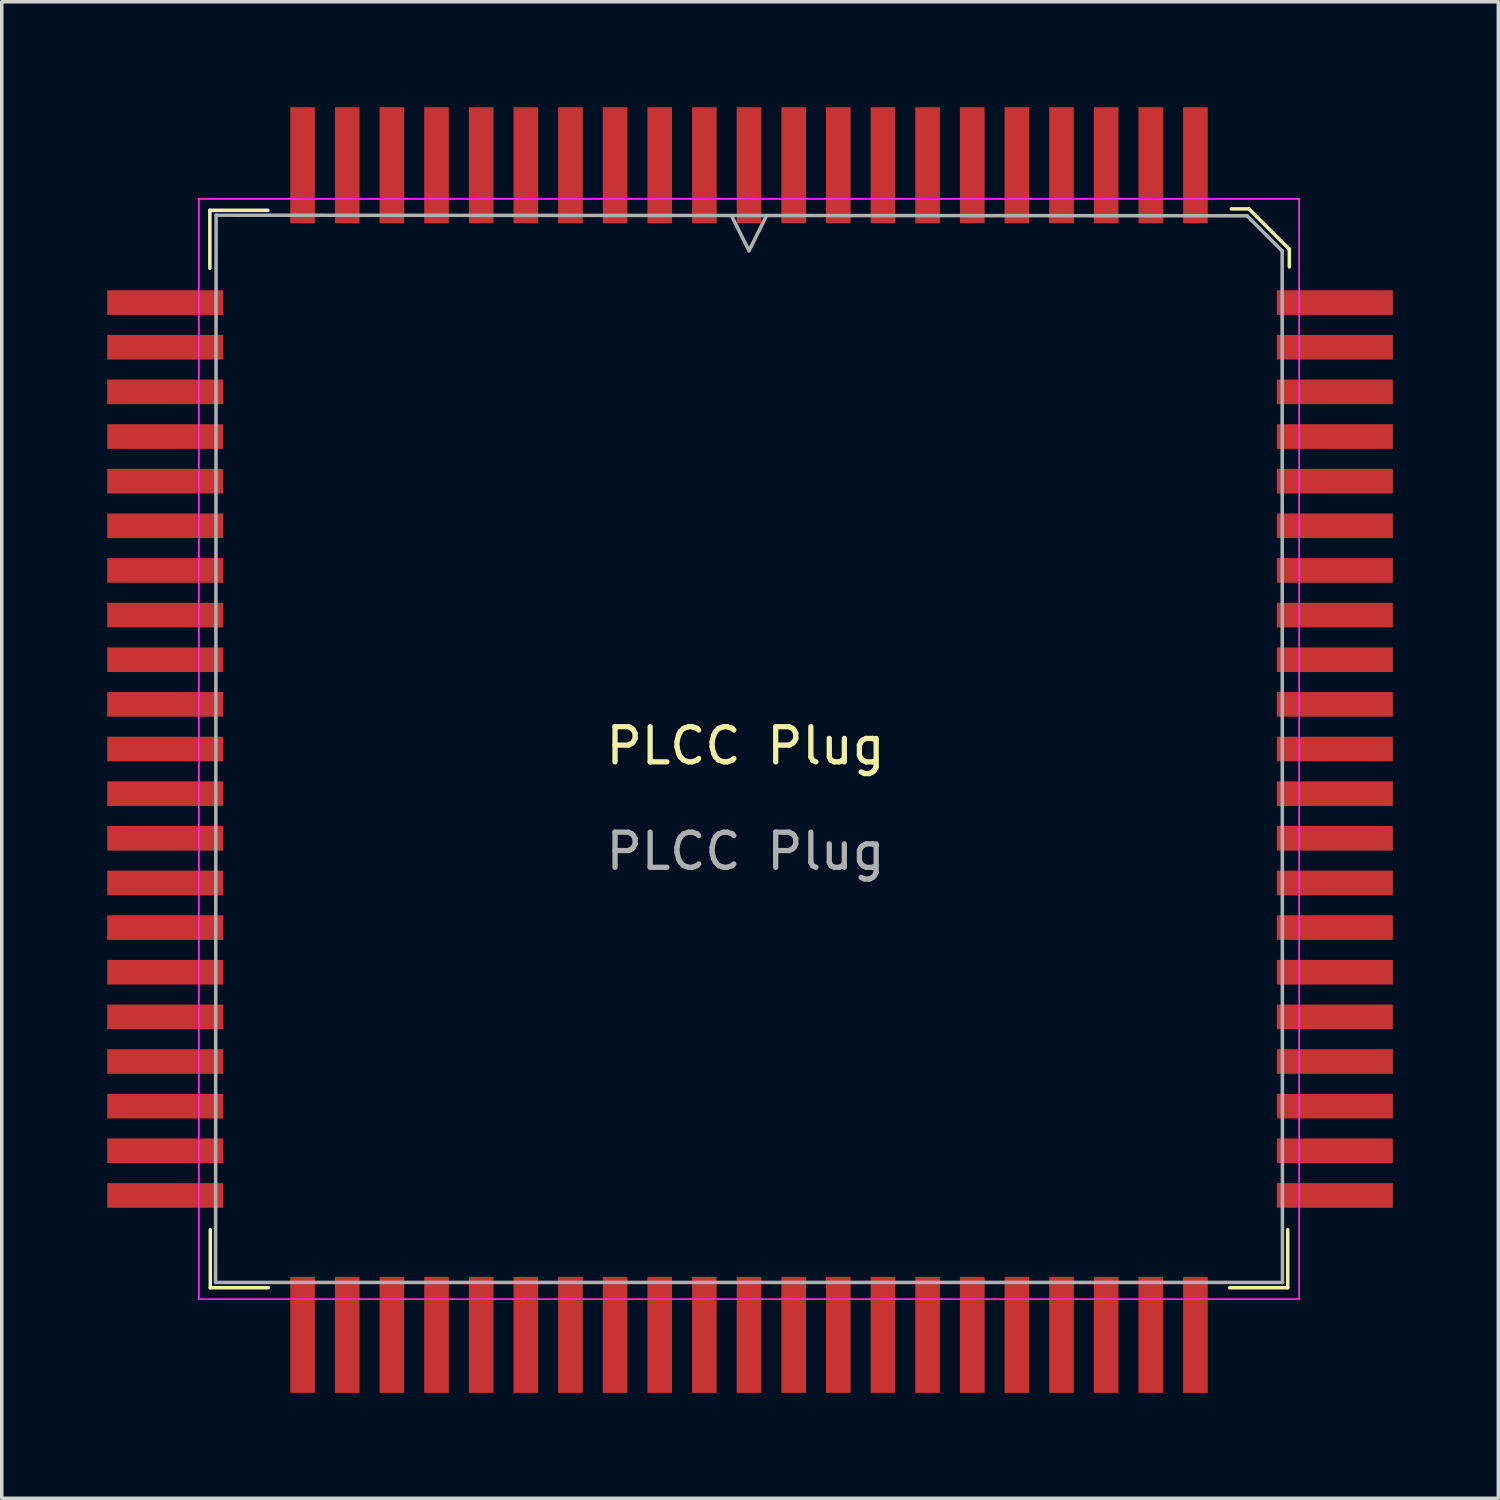
<source format=kicad_pcb>
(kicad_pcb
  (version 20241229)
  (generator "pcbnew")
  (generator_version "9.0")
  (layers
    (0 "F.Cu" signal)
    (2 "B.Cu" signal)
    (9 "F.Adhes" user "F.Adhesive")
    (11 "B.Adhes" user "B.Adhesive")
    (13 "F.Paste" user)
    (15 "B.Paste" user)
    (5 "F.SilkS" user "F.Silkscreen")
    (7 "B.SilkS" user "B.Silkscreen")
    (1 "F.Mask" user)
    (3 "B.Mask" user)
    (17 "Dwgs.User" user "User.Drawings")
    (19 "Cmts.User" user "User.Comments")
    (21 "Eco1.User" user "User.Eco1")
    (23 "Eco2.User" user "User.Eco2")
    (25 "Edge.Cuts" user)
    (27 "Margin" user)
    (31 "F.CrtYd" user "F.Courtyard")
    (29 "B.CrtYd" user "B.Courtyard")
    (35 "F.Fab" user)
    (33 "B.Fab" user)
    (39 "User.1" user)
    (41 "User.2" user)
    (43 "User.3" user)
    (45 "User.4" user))
  (footprint "PLCC Plug"
    (layer "F.Cu")
    (at 18.16 18.668)
    (property "Reference" "PLCC Plug" (at 0 -0.5 0) (unlocked yes) (layer "F.SilkS") (effects (font (size 1 1) (thickness 0.15))))
    (fp_line (start -15.24 -15.735) (end -13.59 -15.735) (stroke (width 0.1) (type solid)) (layer "F.SilkS"))
    (fp_line (start -15.24 -14.085) (end -15.24 -15.735) (stroke (width 0.1) (type solid)) (layer "F.SilkS"))
    (fp_line (start -15.227 14.915) (end -15.227 13.265) (stroke (width 0.1) (type solid)) (layer "F.SilkS"))
    (fp_line (start -13.577 14.915) (end -15.227 14.915) (stroke (width 0.1) (type solid)) (layer "F.SilkS"))
    (fp_line (start 13.773 14.915) (end 15.423 14.915) (stroke (width 0.1) (type solid)) (layer "F.SilkS"))
    (fp_line (start 14.319 -15.776) (end 13.819 -15.776) (stroke (width 0.1) (type solid)) (layer "F.SilkS"))
    (fp_line (start 15.423 14.915) (end 15.423 13.265) (stroke (width 0.1) (type solid)) (layer "F.SilkS"))
    (fp_line (start 15.469 -14.626) (end 14.319 -15.776) (stroke (width 0.1) (type solid)) (layer "F.SilkS"))
    (fp_line (start 15.469 -14.126) (end 15.469 -14.626) (stroke (width 0.1) (type solid)) (layer "F.SilkS"))
    (fp_line (start -15.552 -16.06) (end -15.552 15.24) (stroke (width 0.05) (type solid)) (layer "F.CrtYd"))
    (fp_line (start -15.552 15.24) (end 15.748 15.24) (stroke (width 0.05) (type solid)) (layer "F.CrtYd"))
    (fp_line (start 15.748 -16.06) (end -15.552 -16.06) (stroke (width 0.05) (type solid)) (layer "F.CrtYd"))
    (fp_line (start 15.748 15.24) (end 15.748 -16.06) (stroke (width 0.05) (type solid)) (layer "F.CrtYd"))
    (fp_line (start -15.077 14.765) (end 15.273 14.765) (stroke (width 0.1) (type solid)) (layer "F.Fab"))
    (fp_line (start -15.062 -15.596) (end -15.077 14.765) (stroke (width 0.1) (type solid)) (layer "F.Fab"))
    (fp_line (start -0.402 -15.585) (end 0.098 -14.585) (stroke (width 0.1) (type solid)) (layer "F.Fab"))
    (fp_line (start 0.098 -14.585) (end 0.598 -15.585) (stroke (width 0.1) (type solid)) (layer "F.Fab"))
    (fp_line (start 14.265 -15.58) (end -15.062 -15.596) (stroke (width 0.1) (type solid)) (layer "F.Fab"))
    (fp_line (start 15.265 -14.58) (end 14.265 -15.58) (stroke (width 0.1) (type solid)) (layer "F.Fab"))
    (fp_line (start 15.273 14.765) (end 15.265 -14.58) (stroke (width 0.1) (type solid)) (layer "F.Fab"))
    (fp_text user "${REFERENCE}" (at 0 2.5 0) (unlocked yes) (layer "F.Fab") (effects (font (size 1 1) (thickness 0.15))))
    (pad "1" smd rect (at 0.098 -17.018) (size 0.7 3.3) (layers "F.Cu" "F.Mask" "F.Paste"))
    (pad "2" smd rect (at 1.368 -17.018) (size 0.7 3.3) (layers "F.Cu" "F.Mask" "F.Paste"))
    (pad "3" smd rect (at 2.638 -17.018) (size 0.7 3.3) (layers "F.Cu" "F.Mask" "F.Paste"))
    (pad "4" smd rect (at 3.908 -17.018) (size 0.7 3.3) (layers "F.Cu" "F.Mask" "F.Paste"))
    (pad "5" smd rect (at 5.178 -17.018) (size 0.7 3.3) (layers "F.Cu" "F.Mask" "F.Paste"))
    (pad "6" smd rect (at 6.448 -17.018) (size 0.7 3.3) (layers "F.Cu" "F.Mask" "F.Paste"))
    (pad "7" smd rect (at 7.718 -17.018) (size 0.7 3.3) (layers "F.Cu" "F.Mask" "F.Paste"))
    (pad "8" smd rect (at 8.988 -17.018) (size 0.7 3.3) (layers "F.Cu" "F.Mask" "F.Paste"))
    (pad "9" smd rect (at 10.258 -17.018) (size 0.7 3.3) (layers "F.Cu" "F.Mask" "F.Paste"))
    (pad "10" smd rect (at 11.528 -17.018) (size 0.7 3.3) (layers "F.Cu" "F.Mask" "F.Paste"))
    (pad "11" smd rect (at 12.798 -17.018) (size 0.7 3.3) (layers "F.Cu" "F.Mask" "F.Paste"))
    (pad "12" smd rect (at 16.764 -13.11) (size 3.3 0.7) (layers "F.Cu" "F.Mask" "F.Paste"))
    (pad "13" smd rect (at 16.764 -11.84) (size 3.3 0.7) (layers "F.Cu" "F.Mask" "F.Paste"))
    (pad "14" smd rect (at 16.764 -10.57) (size 3.3 0.7) (layers "F.Cu" "F.Mask" "F.Paste"))
    (pad "15" smd rect (at 16.764 -9.3) (size 3.3 0.7) (layers "F.Cu" "F.Mask" "F.Paste"))
    (pad "16" smd rect (at 16.764 -8.03) (size 3.3 0.7) (layers "F.Cu" "F.Mask" "F.Paste"))
    (pad "17" smd rect (at 16.764 -6.76) (size 3.3 0.7) (layers "F.Cu" "F.Mask" "F.Paste"))
    (pad "18" smd rect (at 16.764 -5.49) (size 3.3 0.7) (layers "F.Cu" "F.Mask" "F.Paste"))
    (pad "19" smd rect (at 16.764 -4.22) (size 3.3 0.7) (layers "F.Cu" "F.Mask" "F.Paste"))
    (pad "20" smd rect (at 16.764 -2.95) (size 3.3 0.7) (layers "F.Cu" "F.Mask" "F.Paste"))
    (pad "21" smd rect (at 16.764 -1.68) (size 3.3 0.7) (layers "F.Cu" "F.Mask" "F.Paste"))
    (pad "22" smd rect (at 16.764 -0.41) (size 3.3 0.7) (layers "F.Cu" "F.Mask" "F.Paste"))
    (pad "23" smd rect (at 16.764 0.86) (size 3.3 0.7) (layers "F.Cu" "F.Mask" "F.Paste"))
    (pad "24" smd rect (at 16.764 2.13) (size 3.3 0.7) (layers "F.Cu" "F.Mask" "F.Paste"))
    (pad "25" smd rect (at 16.764 3.4) (size 3.3 0.7) (layers "F.Cu" "F.Mask" "F.Paste"))
    (pad "26" smd rect (at 16.764 4.67) (size 3.3 0.7) (layers "F.Cu" "F.Mask" "F.Paste"))
    (pad "27" smd rect (at 16.764 5.94) (size 3.3 0.7) (layers "F.Cu" "F.Mask" "F.Paste"))
    (pad "28" smd rect (at 16.764 7.21) (size 3.3 0.7) (layers "F.Cu" "F.Mask" "F.Paste"))
    (pad "29" smd rect (at 16.764 8.48) (size 3.3 0.7) (layers "F.Cu" "F.Mask" "F.Paste"))
    (pad "30" smd rect (at 16.764 9.75) (size 3.3 0.7) (layers "F.Cu" "F.Mask" "F.Paste"))
    (pad "31" smd rect (at 16.764 11.02) (size 3.3 0.7) (layers "F.Cu" "F.Mask" "F.Paste"))
    (pad "32" smd rect (at 16.764 12.29) (size 3.3 0.7) (layers "F.Cu" "F.Mask" "F.Paste"))
    (pad "33" smd rect (at 12.798 16.256) (size 0.7 3.3) (layers "F.Cu" "F.Mask" "F.Paste"))
    (pad "34" smd rect (at 11.528 16.256) (size 0.7 3.3) (layers "F.Cu" "F.Mask" "F.Paste"))
    (pad "35" smd rect (at 10.258 16.256) (size 0.7 3.3) (layers "F.Cu" "F.Mask" "F.Paste"))
    (pad "36" smd rect (at 8.988 16.256) (size 0.7 3.3) (layers "F.Cu" "F.Mask" "F.Paste"))
    (pad "37" smd rect (at 7.718 16.256) (size 0.7 3.3) (layers "F.Cu" "F.Mask" "F.Paste"))
    (pad "38" smd rect (at 6.448 16.256) (size 0.7 3.3) (layers "F.Cu" "F.Mask" "F.Paste"))
    (pad "39" smd rect (at 5.178 16.256) (size 0.7 3.3) (layers "F.Cu" "F.Mask" "F.Paste"))
    (pad "40" smd rect (at 3.908 16.256) (size 0.7 3.3) (layers "F.Cu" "F.Mask" "F.Paste"))
    (pad "41" smd rect (at 2.638 16.256) (size 0.7 3.3) (layers "F.Cu" "F.Mask" "F.Paste"))
    (pad "42" smd rect (at 1.368 16.256) (size 0.7 3.3) (layers "F.Cu" "F.Mask" "F.Paste"))
    (pad "43" smd rect (at 0.098 16.256) (size 0.7 3.3) (layers "F.Cu" "F.Mask" "F.Paste"))
    (pad "44" smd rect (at -1.172 16.256) (size 0.7 3.3) (layers "F.Cu" "F.Mask" "F.Paste"))
    (pad "45" smd rect (at -2.442 16.256) (size 0.7 3.3) (layers "F.Cu" "F.Mask" "F.Paste"))
    (pad "46" smd rect (at -3.712 16.256) (size 0.7 3.3) (layers "F.Cu" "F.Mask" "F.Paste"))
    (pad "47" smd rect (at -4.982 16.256) (size 0.7 3.3) (layers "F.Cu" "F.Mask" "F.Paste"))
    (pad "48" smd rect (at -6.252 16.256) (size 0.7 3.3) (layers "F.Cu" "F.Mask" "F.Paste"))
    (pad "49" smd rect (at -7.522 16.256) (size 0.7 3.3) (layers "F.Cu" "F.Mask" "F.Paste"))
    (pad "50" smd rect (at -8.792 16.256) (size 0.7 3.3) (layers "F.Cu" "F.Mask" "F.Paste"))
    (pad "51" smd rect (at -10.062 16.256) (size 0.7 3.3) (layers "F.Cu" "F.Mask" "F.Paste"))
    (pad "52" smd rect (at -11.332 16.256) (size 0.7 3.3) (layers "F.Cu" "F.Mask" "F.Paste"))
    (pad "53" smd rect (at -12.602 16.256) (size 0.7 3.3) (layers "F.Cu" "F.Mask" "F.Paste"))
    (pad "54" smd rect (at -16.51 12.29) (size 3.3 0.7) (layers "F.Cu" "F.Mask" "F.Paste"))
    (pad "55" smd rect (at -16.51 11.02) (size 3.3 0.7) (layers "F.Cu" "F.Mask" "F.Paste"))
    (pad "56" smd rect (at -16.51 9.75) (size 3.3 0.7) (layers "F.Cu" "F.Mask" "F.Paste"))
    (pad "57" smd rect (at -16.51 8.48) (size 3.3 0.7) (layers "F.Cu" "F.Mask" "F.Paste"))
    (pad "58" smd rect (at -16.51 7.21) (size 3.3 0.7) (layers "F.Cu" "F.Mask" "F.Paste"))
    (pad "59" smd rect (at -16.51 5.94) (size 3.3 0.7) (layers "F.Cu" "F.Mask" "F.Paste"))
    (pad "60" smd rect (at -16.51 4.67) (size 3.3 0.7) (layers "F.Cu" "F.Mask" "F.Paste"))
    (pad "61" smd rect (at -16.51 3.4) (size 3.3 0.7) (layers "F.Cu" "F.Mask" "F.Paste"))
    (pad "62" smd rect (at -16.51 2.13) (size 3.3 0.7) (layers "F.Cu" "F.Mask" "F.Paste"))
    (pad "63" smd rect (at -16.51 0.86) (size 3.3 0.7) (layers "F.Cu" "F.Mask" "F.Paste"))
    (pad "64" smd rect (at -16.51 -0.41) (size 3.3 0.7) (layers "F.Cu" "F.Mask" "F.Paste"))
    (pad "65" smd rect (at -16.51 -1.68) (size 3.3 0.7) (layers "F.Cu" "F.Mask" "F.Paste"))
    (pad "66" smd rect (at -16.51 -2.95) (size 3.3 0.7) (layers "F.Cu" "F.Mask" "F.Paste"))
    (pad "67" smd rect (at -16.51 -4.22) (size 3.3 0.7) (layers "F.Cu" "F.Mask" "F.Paste"))
    (pad "68" smd rect (at -16.51 -5.49) (size 3.3 0.7) (layers "F.Cu" "F.Mask" "F.Paste"))
    (pad "69" smd rect (at -16.51 -6.76) (size 3.3 0.7) (layers "F.Cu" "F.Mask" "F.Paste"))
    (pad "70" smd rect (at -16.51 -8.03) (size 3.3 0.7) (layers "F.Cu" "F.Mask" "F.Paste"))
    (pad "71" smd rect (at -16.51 -9.3) (size 3.3 0.7) (layers "F.Cu" "F.Mask" "F.Paste"))
    (pad "72" smd rect (at -16.51 -10.57) (size 3.3 0.7) (layers "F.Cu" "F.Mask" "F.Paste"))
    (pad "73" smd rect (at -16.51 -11.84) (size 3.3 0.7) (layers "F.Cu" "F.Mask" "F.Paste"))
    (pad "74" smd rect (at -16.51 -13.11) (size 3.3 0.7) (layers "F.Cu" "F.Mask" "F.Paste"))
    (pad "75" smd rect (at -12.602 -17.018) (size 0.7 3.3) (layers "F.Cu" "F.Mask" "F.Paste"))
    (pad "76" smd rect (at -11.332 -17.018) (size 0.7 3.3) (layers "F.Cu" "F.Mask" "F.Paste"))
    (pad "77" smd rect (at -10.062 -17.018) (size 0.7 3.3) (layers "F.Cu" "F.Mask" "F.Paste"))
    (pad "78" smd rect (at -8.792 -17.018) (size 0.7 3.3) (layers "F.Cu" "F.Mask" "F.Paste"))
    (pad "79" smd rect (at -7.522 -17.018) (size 0.7 3.3) (layers "F.Cu" "F.Mask" "F.Paste"))
    (pad "80" smd rect (at -6.252 -17.018) (size 0.7 3.3) (layers "F.Cu" "F.Mask" "F.Paste"))
    (pad "81" smd rect (at -4.982 -17.018) (size 0.7 3.3) (layers "F.Cu" "F.Mask" "F.Paste"))
    (pad "82" smd rect (at -3.712 -17.018) (size 0.7 3.3) (layers "F.Cu" "F.Mask" "F.Paste"))
    (pad "83" smd rect (at -2.442 -17.018) (size 0.7 3.3) (layers "F.Cu" "F.Mask" "F.Paste"))
    (pad "84" smd rect (at -1.172 -17.018) (size 0.7 3.3) (layers "F.Cu" "F.Mask" "F.Paste")))
  (gr_rect
    (start -3 -3)
    (end 39.574 39.574)
    (stroke (width 0.1) (type default))
    (fill no)
    (layer "Edge.Cuts")))
</source>
